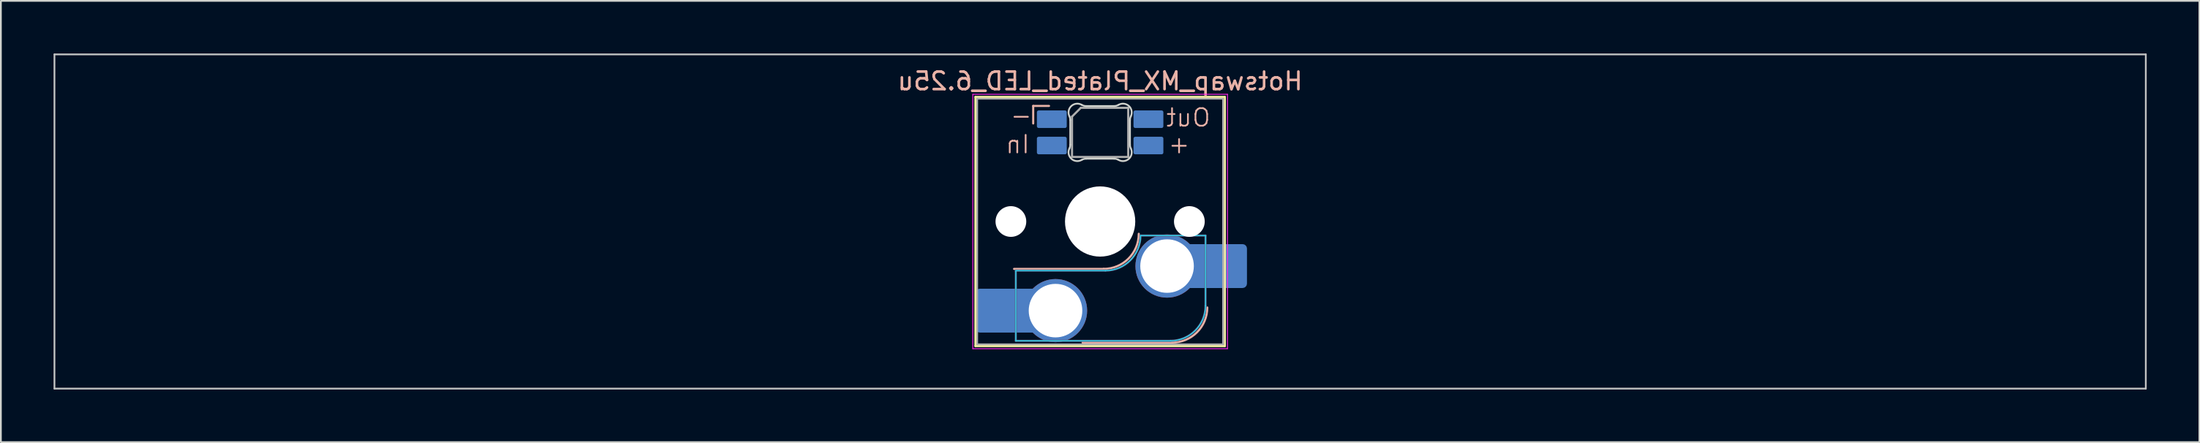
<source format=kicad_pcb>
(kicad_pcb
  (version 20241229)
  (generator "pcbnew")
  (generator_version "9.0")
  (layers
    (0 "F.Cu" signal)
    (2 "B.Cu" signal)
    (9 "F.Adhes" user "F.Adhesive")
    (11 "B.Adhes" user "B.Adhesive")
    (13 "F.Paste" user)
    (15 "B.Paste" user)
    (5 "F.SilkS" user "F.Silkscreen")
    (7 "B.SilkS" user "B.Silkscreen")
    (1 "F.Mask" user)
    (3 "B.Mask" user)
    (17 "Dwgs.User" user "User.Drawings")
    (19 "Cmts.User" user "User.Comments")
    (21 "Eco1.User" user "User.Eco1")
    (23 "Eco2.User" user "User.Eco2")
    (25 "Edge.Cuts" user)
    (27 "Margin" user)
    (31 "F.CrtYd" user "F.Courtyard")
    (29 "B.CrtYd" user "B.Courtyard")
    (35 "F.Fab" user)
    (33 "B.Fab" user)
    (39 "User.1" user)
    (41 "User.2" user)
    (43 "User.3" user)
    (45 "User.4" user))
  (footprint "Hotswap_MX_Plated_LED_6.25u"
    (layer "F.Cu")
    (at 59.581 9.575)
    (property "Reference" "Hotswap_MX_Plated_LED_6.25u" (at 0 -8.001 0) (layer "B.SilkS") (effects (font (size 1 1) (thickness 0.15)) (justify mirror)))
    (fp_line (start -7.1 -7.1) (end -7.1 7.1) (stroke (width 0.12) (type solid)) (layer "F.SilkS"))
    (fp_line (start -7.1 7.1) (end 7.1 7.1) (stroke (width 0.12) (type solid)) (layer "F.SilkS"))
    (fp_line (start 7.1 -7.1) (end -7.1 -7.1) (stroke (width 0.12) (type solid)) (layer "F.SilkS"))
    (fp_line (start 7.1 7.1) (end 7.1 -7.1) (stroke (width 0.12) (type solid)) (layer "F.SilkS"))
    (fp_line (start -3.81 -6.588) (end -2.91 -6.588) (stroke (width 0.12) (type solid)) (layer "B.SilkS"))
    (fp_line (start -3.81 -5.588) (end -3.81 -6.588) (stroke (width 0.12) (type solid)) (layer "B.SilkS"))
    (fp_line (start 0.2 2.7) (end -4.9 2.7) (stroke (width 0.12) (type solid)) (layer "B.SilkS"))
    (fp_line (start 4.1 6.9) (end -1 6.9) (stroke (width 0.12) (type solid)) (layer "B.SilkS"))
    (fp_arc (start 2.2 0.7) (mid 1.614214 2.114214) (end 0.2 2.7) (stroke (width 0.12) (type solid)) (layer "B.SilkS"))
    (fp_arc (start 6.1 4.9) (mid 5.514214 6.314214) (end 4.1 6.9) (stroke (width 0.12) (type solid)) (layer "B.SilkS"))
    (fp_line (start -59.531 -9.525) (end -59.531 9.525) (stroke (width 0.1) (type solid)) (layer "Dwgs.User"))
    (fp_line (start -59.531 9.525) (end 59.531 9.525) (stroke (width 0.1) (type solid)) (layer "Dwgs.User"))
    (fp_line (start 59.531 -9.525) (end -59.531 -9.525) (stroke (width 0.1) (type solid)) (layer "Dwgs.User"))
    (fp_line (start 59.531 9.525) (end 59.531 -9.525) (stroke (width 0.1) (type solid)) (layer "Dwgs.User"))
    (fp_line (start -0.25 -0.25) (end 0 0) (stroke (width 0.12) (type solid)) (layer "Cmts.User"))
    (fp_line (start 0 0) (end -0.25 0.25) (stroke (width 0.12) (type solid)) (layer "Cmts.User"))
    (fp_line (start 0 0) (end 0.25 0.25) (stroke (width 0.12) (type solid)) (layer "Cmts.User"))
    (fp_line (start 0.25 -0.25) (end 0 0) (stroke (width 0.12) (type solid)) (layer "Cmts.User"))
    (fp_line (start -7.8 -6) (end -7 -6) (stroke (width 0.1) (type solid)) (layer "Eco1.User"))
    (fp_line (start -7.8 -2.9) (end -7.8 -6) (stroke (width 0.1) (type solid)) (layer "Eco1.User"))
    (fp_line (start -7.8 2.9) (end -7 2.9) (stroke (width 0.1) (type solid)) (layer "Eco1.User"))
    (fp_line (start -7.8 6) (end -7.8 2.9) (stroke (width 0.1) (type solid)) (layer "Eco1.User"))
    (fp_line (start -7 -7) (end 7 -7) (stroke (width 0.1) (type solid)) (layer "Eco1.User"))
    (fp_line (start -7 -6) (end -7 -7) (stroke (width 0.1) (type solid)) (layer "Eco1.User"))
    (fp_line (start -7 -2.9) (end -7.8 -2.9) (stroke (width 0.1) (type solid)) (layer "Eco1.User"))
    (fp_line (start -7 2.9) (end -7 -2.9) (stroke (width 0.1) (type solid)) (layer "Eco1.User"))
    (fp_line (start -7 6) (end -7.8 6) (stroke (width 0.1) (type solid)) (layer "Eco1.User"))
    (fp_line (start -7 7) (end -7 6) (stroke (width 0.1) (type solid)) (layer "Eco1.User"))
    (fp_line (start 7 -7) (end 7 -6) (stroke (width 0.1) (type solid)) (layer "Eco1.User"))
    (fp_line (start 7 -6) (end 7.8 -6) (stroke (width 0.1) (type solid)) (layer "Eco1.User"))
    (fp_line (start 7 -2.9) (end 7 2.9) (stroke (width 0.1) (type solid)) (layer "Eco1.User"))
    (fp_line (start 7 2.9) (end 7.8 2.9) (stroke (width 0.1) (type solid)) (layer "Eco1.User"))
    (fp_line (start 7 6) (end 7 7) (stroke (width 0.1) (type solid)) (layer "Eco1.User"))
    (fp_line (start 7 7) (end -7 7) (stroke (width 0.1) (type solid)) (layer "Eco1.User"))
    (fp_line (start 7.8 -6) (end 7.8 -2.9) (stroke (width 0.1) (type solid)) (layer "Eco1.User"))
    (fp_line (start 7.8 -2.9) (end 7 -2.9) (stroke (width 0.1) (type solid)) (layer "Eco1.User"))
    (fp_line (start 7.8 2.9) (end 7.8 6) (stroke (width 0.1) (type solid)) (layer "Eco1.User"))
    (fp_line (start 7.8 6) (end 7 6) (stroke (width 0.1) (type solid)) (layer "Eco1.User"))
    (fp_line (start -1.7 -5.783) (end -1.7 -4.377) (stroke (width 0.1) (type solid)) (layer "Edge.Cuts"))
    (fp_line (start -0.794 -3.58) (end 0.794 -3.58) (stroke (width 0.1) (type solid)) (layer "Edge.Cuts"))
    (fp_line (start 0.794 -6.58) (end -0.794 -6.58) (stroke (width 0.1) (type solid)) (layer "Edge.Cuts"))
    (fp_line (start 1.7 -4.377) (end 1.7 -5.783) (stroke (width 0.1) (type solid)) (layer "Edge.Cuts"))
    (fp_arc (start -1.749484 -5.999721) (mid -1.712518 -5.894071) (end -1.699999 -5.782844) (stroke (width 0.1) (type solid)) (layer "Edge.Cuts"))
    (fp_arc (start -1.749484 -5.999721) (mid -1.638071 -6.584035) (end -1.046711 -6.648299) (stroke (width 0.1) (type solid)) (layer "Edge.Cuts"))
    (fp_arc (start -1.699999 -4.377159) (mid -1.712528 -4.265933) (end -1.749484 -4.160281) (stroke (width 0.1) (type solid)) (layer "Edge.Cuts"))
    (fp_arc (start -1.046711 -3.511702) (mid -1.638072 -3.575966) (end -1.749484 -4.160282) (stroke (width 0.1) (type solid)) (layer "Edge.Cuts"))
    (fp_arc (start -1.046711 -3.511702) (mid -0.925123 -3.562624) (end -0.794452 -3.580001) (stroke (width 0.1) (type solid)) (layer "Edge.Cuts"))
    (fp_arc (start -0.794453 -6.58) (mid -0.925123 -6.597377) (end -1.046711 -6.648299) (stroke (width 0.1) (type solid)) (layer "Edge.Cuts"))
    (fp_arc (start 0.794452 -3.580001) (mid 0.925122 -3.562624) (end 1.04671 -3.511702) (stroke (width 0.1) (type solid)) (layer "Edge.Cuts"))
    (fp_arc (start 1.046711 -6.6483) (mid 0.925123 -6.597378) (end 0.794453 -6.580001) (stroke (width 0.1) (type solid)) (layer "Edge.Cuts"))
    (fp_arc (start 1.046711 -6.6483) (mid 1.638072 -6.584036) (end 1.749484 -5.999721) (stroke (width 0.1) (type solid)) (layer "Edge.Cuts"))
    (fp_arc (start 1.699999 -5.782843) (mid 1.712528 -5.894069) (end 1.749484 -5.999721) (stroke (width 0.1) (type solid)) (layer "Edge.Cuts"))
    (fp_arc (start 1.749484 -4.160281) (mid 1.63807 -3.575967) (end 1.046711 -3.511704) (stroke (width 0.1) (type solid)) (layer "Edge.Cuts"))
    (fp_arc (start 1.749484 -4.160281) (mid 1.712519 -4.265931) (end 1.699999 -4.377158) (stroke (width 0.1) (type solid)) (layer "Edge.Cuts"))
    (fp_line (start -4.8 6.8) (end -4.8 2.8) (stroke (width 0.05) (type solid)) (layer "B.CrtYd"))
    (fp_line (start 0.3 2.8) (end -4.8 2.8) (stroke (width 0.05) (type solid)) (layer "B.CrtYd"))
    (fp_line (start 4 6.8) (end -4.8 6.8) (stroke (width 0.05) (type solid)) (layer "B.CrtYd"))
    (fp_line (start 6 0.8) (end 2.3 0.8) (stroke (width 0.05) (type solid)) (layer "B.CrtYd"))
    (fp_line (start 6 0.8) (end 6 4.8) (stroke (width 0.05) (type solid)) (layer "B.CrtYd"))
    (fp_arc (start 2.3 0.8) (mid 1.714214 2.214214) (end 0.3 2.8) (stroke (width 0.05) (type solid)) (layer "B.CrtYd"))
    (fp_arc (start 6 4.8) (mid 5.414214 6.214214) (end 4 6.8) (stroke (width 0.05) (type solid)) (layer "B.CrtYd"))
    (fp_line (start -7.25 -7.25) (end -7.25 7.25) (stroke (width 0.05) (type solid)) (layer "F.CrtYd"))
    (fp_line (start -7.25 7.25) (end 7.25 7.25) (stroke (width 0.05) (type solid)) (layer "F.CrtYd"))
    (fp_line (start 7.25 -7.25) (end -7.25 -7.25) (stroke (width 0.05) (type solid)) (layer "F.CrtYd"))
    (fp_line (start 7.25 7.25) (end 7.25 -7.25) (stroke (width 0.05) (type solid)) (layer "F.CrtYd"))
    (fp_line (start -4.8 6.8) (end -4.8 2.8) (stroke (width 0.12) (type solid)) (layer "B.Fab"))
    (fp_line (start 0.3 2.8) (end -4.8 2.8) (stroke (width 0.12) (type solid)) (layer "B.Fab"))
    (fp_line (start 4 6.8) (end -4.8 6.8) (stroke (width 0.12) (type solid)) (layer "B.Fab"))
    (fp_line (start 6 0.8) (end 2.3 0.8) (stroke (width 0.12) (type solid)) (layer "B.Fab"))
    (fp_line (start 6 0.8) (end 6 4.8) (stroke (width 0.12) (type solid)) (layer "B.Fab"))
    (fp_arc (start 2.3 0.8) (mid 1.714214 2.214214) (end 0.3 2.8) (stroke (width 0.12) (type solid)) (layer "B.Fab"))
    (fp_arc (start 6 4.8) (mid 5.414214 6.214214) (end 4 6.8) (stroke (width 0.12) (type solid)) (layer "B.Fab"))
    (fp_line (start -7 -7) (end -7 7) (stroke (width 0.1) (type solid)) (layer "F.Fab"))
    (fp_line (start -7 7) (end 7 7) (stroke (width 0.1) (type solid)) (layer "F.Fab"))
    (fp_line (start -1.6 -5.98) (end -1.6 -3.68) (stroke (width 0.12) (type solid)) (layer "F.Fab"))
    (fp_line (start -1.6 -5.98) (end -1.1 -6.48) (stroke (width 0.12) (type solid)) (layer "F.Fab"))
    (fp_line (start -1.6 -3.68) (end 1.6 -3.68) (stroke (width 0.12) (type solid)) (layer "F.Fab"))
    (fp_line (start 1.6 -6.48) (end -1.1 -6.48) (stroke (width 0.12) (type solid)) (layer "F.Fab"))
    (fp_line (start 1.6 -6.48) (end 1.6 -3.68) (stroke (width 0.12) (type solid)) (layer "F.Fab"))
    (fp_line (start 7 -7) (end -7 -7) (stroke (width 0.1) (type solid)) (layer "F.Fab"))
    (fp_line (start 7 7) (end 7 -7) (stroke (width 0.1) (type solid)) (layer "F.Fab"))
    (fp_text user "Out" (at 6.35 -5.334 0) (unlocked yes) (layer "B.SilkS") (effects (font (size 1 1) (thickness 0.1)) (justify left bottom mirror)))
    (fp_text user "+" (at 3.81 -4.826 180) (unlocked yes) (layer "B.SilkS") (effects (font (size 1 1) (thickness 0.1)) (justify left bottom mirror)))
    (fp_text user "-" (at -3.81 -6.477 180) (unlocked yes) (layer "B.SilkS") (effects (font (size 1 1) (thickness 0.1)) (justify left bottom)))
    (fp_text user "In" (at -3.937 -3.81 0) (unlocked yes) (layer "B.SilkS") (effects (font (size 1 1) (thickness 0.1)) (justify left bottom mirror)))
    (pad "" smd roundrect (at -5.842 5.08 180) (size 2.55 2.5) (layers "B.Mask" "B.Paste") (roundrect_rratio 0.1))
    (pad "" np_thru_hole circle (at -5.08 0 180) (size 1.75 1.75) (drill 1.75) (layers "*.Cu" "*.Mask"))
    (pad "" np_thru_hole circle (at 0 0 180) (size 4 4) (drill 4) (layers "*.Cu" "*.Mask"))
    (pad "" np_thru_hole circle (at 5.08 0 180) (size 1.75 1.75) (drill 1.75) (layers "*.Cu" "*.Mask"))
    (pad "" smd roundrect (at 7.085 2.54 180) (size 2.55 2.5) (layers "B.Mask" "B.Paste") (roundrect_rratio 0.1))
    (pad "1" thru_hole circle (at 3.81 2.54 180) (size 3.6 3.6) (drill 3.05) (layers "*.Cu" "*.Mask"))
    (pad "1" smd roundrect (at 6.585 2.54 180) (size 3.55 2.5) (layers "B.Cu") (roundrect_rratio 0.1))
    (pad "2" smd roundrect (at -5.32 5.08 180) (size 3.55 2.5) (layers "B.Cu") (roundrect_rratio 0.1))
    (pad "2" thru_hole circle (at -2.54 5.08 270) (size 3.6 3.6) (drill 3.05) (layers "*.Cu" "*.Mask"))
    (pad "3" smd roundrect (at 2.75 -4.33 270) (size 1 1.7) (layers "B.Cu" "B.Mask" "B.Paste") (roundrect_rratio 0.1))
    (pad "4" smd roundrect (at 2.75 -5.83 270) (size 1 1.7) (layers "B.Cu" "B.Mask" "B.Paste") (roundrect_rratio 0.1))
    (pad "5" smd roundrect (at -2.75 -4.33 90) (size 1 1.7) (layers "B.Cu" "B.Mask" "B.Paste") (roundrect_rratio 0.1))
    (pad "6" smd roundrect (at -2.75 -5.83 90) (size 1 1.7) (layers "B.Cu" "B.Mask" "B.Paste") (roundrect_rratio 0.1)))
  (gr_rect
    (start -3 -3)
    (end 122.162 22.15)
    (stroke (width 0.1) (type default))
    (fill no)
    (layer "Edge.Cuts")))
</source>
